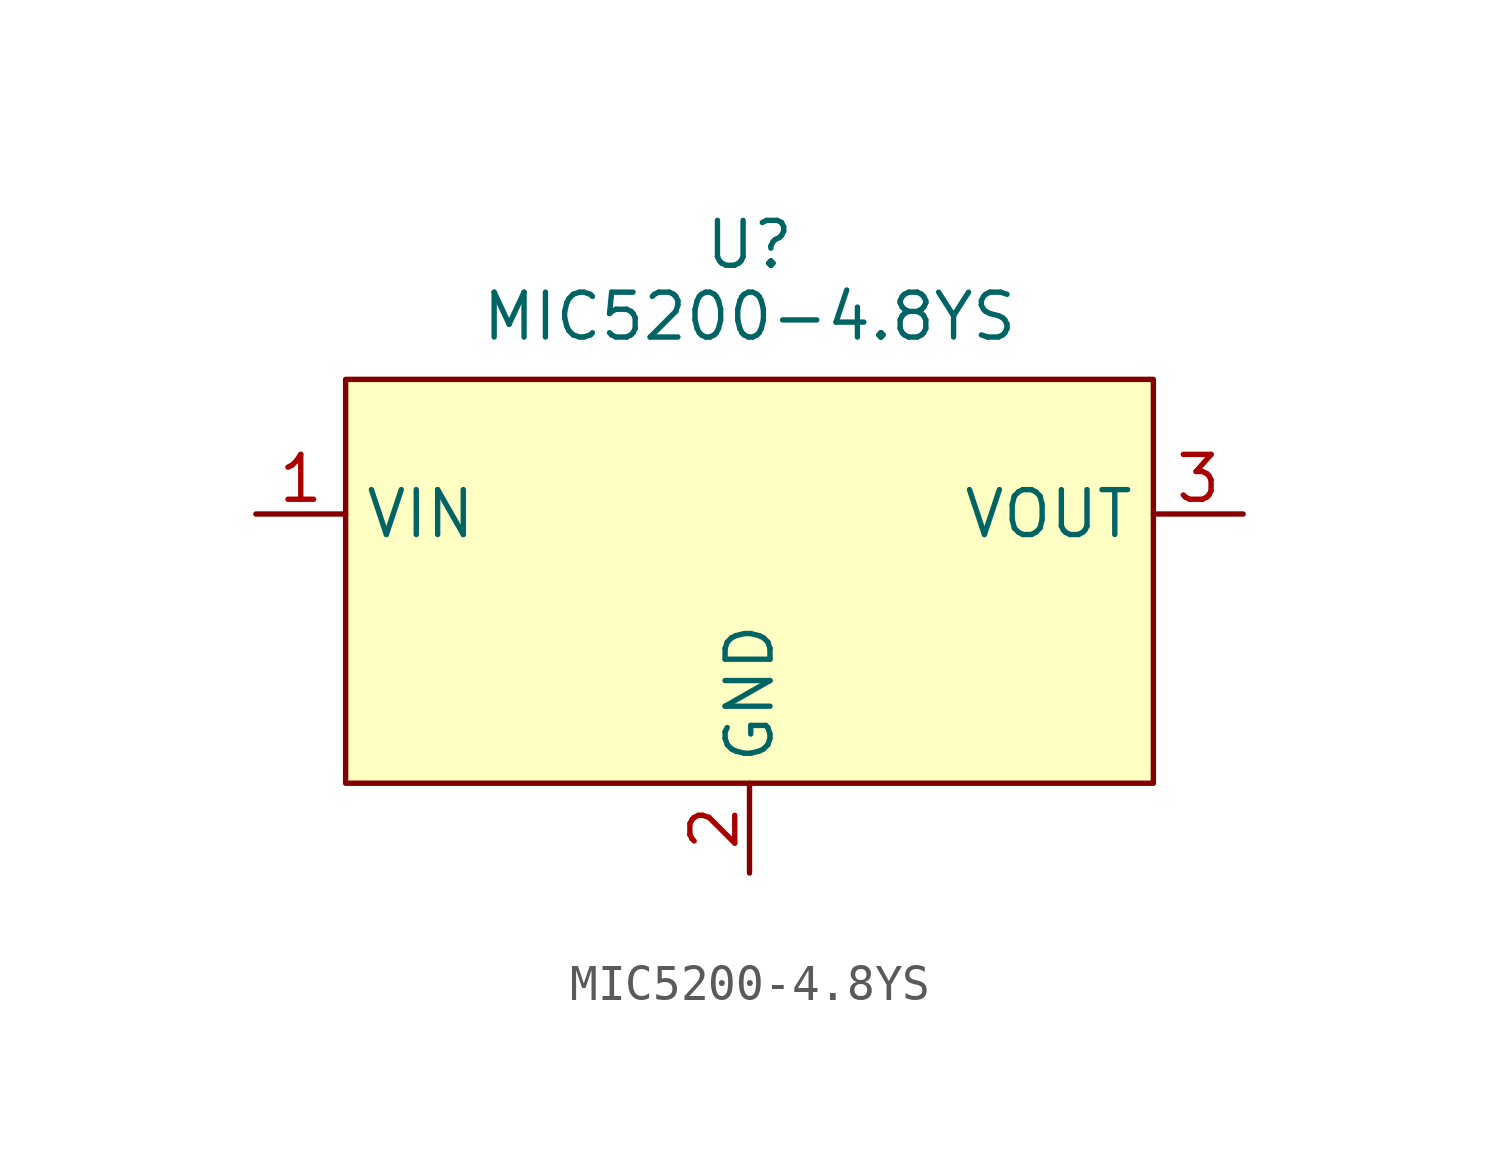
<source format=kicad_sym>
(kicad_symbol_lib
  (version 20241209)
  (generator "kicad_symbol_editor")
  (generator_version "9.0")
  (symbol "MIC5200-4.8YS"
    (property "Reference" "U"
      (at 0 0 0)
      (effects (font (size 1.27 1.27))))
    (property "Value" "MIC5200-4.8YS"
      (at 0 -2.032 0)
      (effects (font (size 1.27 1.27))))
    (symbol "MIC5200-4.8YS_1_1"
      (rectangle (start -11.43 -3.81) (end 11.43 -15.24) (stroke (width 0) (type solid)) (fill (type color) (color 255 255 195 1)))
      (pin input line (at -13.97 -7.62 0) (length 2.54) (name "VIN" (effects (font (size 1.27 1.27)))) (number "1" (effects (font (size 1.27 1.27)))))
      (pin input line (at 0 -17.78 90) (length 2.54) (name "GND" (effects (font (size 1.27 1.27)))) (number "2" (effects (font (size 1.27 1.27)))))
      (pin input line (at 13.97 -7.62 180) (length 2.54) (name "VOUT" (effects (font (size 1.27 1.27)))) (number "3" (effects (font (size 1.27 1.27))))))))
</source>
